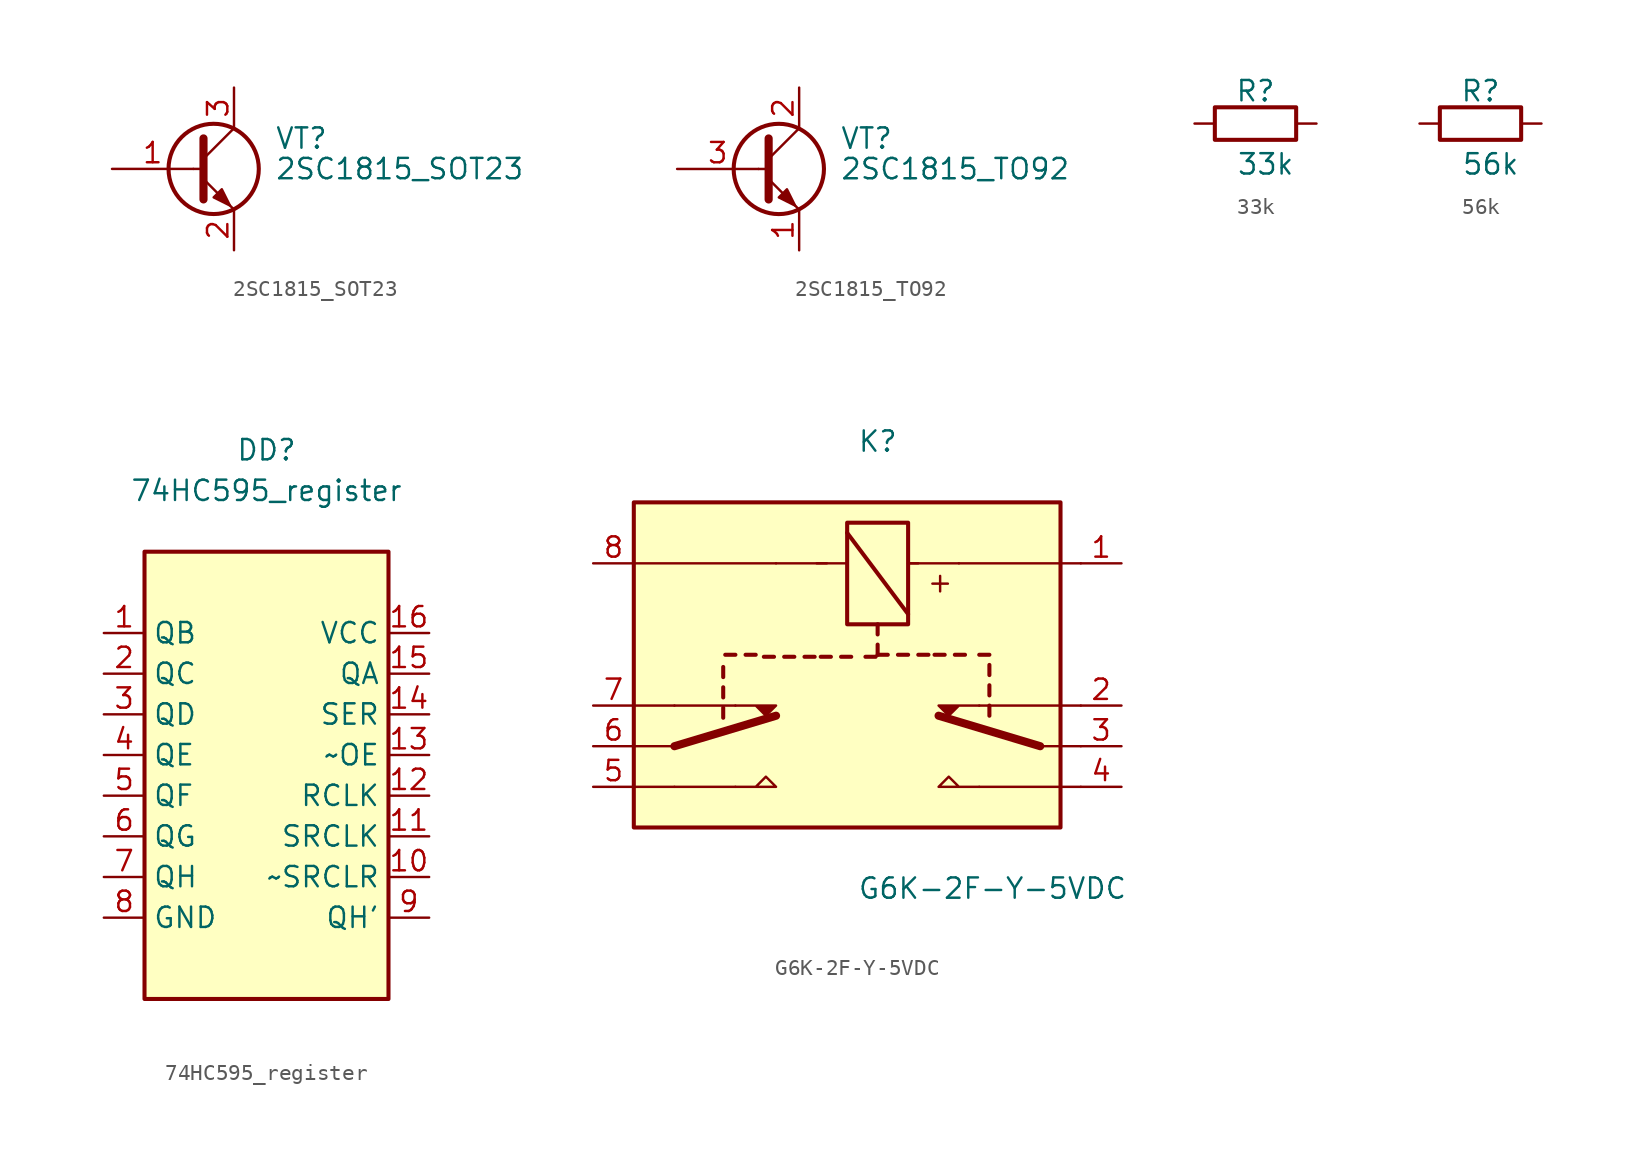
<source format=kicad_sym>
(kicad_symbol_lib
  (version 20210619)
  (generator kicad_symbol_editor)
  (symbol "my_Library:2SC1815_SOT23"
    (pin_names
      (offset 0) hide)
    (property "Reference" "VT"
      (at 5.08 1.905 0)
      (effects (font (size 1.27 1.27)) (justify left)))
    (property "Value" "2SC1815_SOT23"
      (at 5.08 0 0)
      (effects (font (size 1.27 1.27)) (justify left)))
    (symbol "2SC1815_SOT23_0_1"
      (circle (center 1.27 0) (radius 2.819) (stroke (width 0.254)) (fill (type none)))
      (polyline (pts (xy 0 0) (xy 0.508 0)) (stroke (width 0)) (fill (type none)))
      (polyline (pts (xy 0.635 0.635) (xy 2.54 2.54)) (stroke (width 0)) (fill (type none)))
      (polyline (pts (xy 0.635 -0.635) (xy 2.54 -2.54) (xy 2.54 -2.54)) (stroke (width 0)) (fill (type none)))
      (polyline (pts (xy 0.635 1.905) (xy 0.635 -1.905) (xy 0.635 -1.905)) (stroke (width 0.508)) (fill (type none)))
      (polyline (pts (xy 1.27 -1.778) (xy 1.778 -1.27) (xy 2.286 -2.286) (xy 1.27 -1.778) (xy 1.27 -1.778)) (stroke (width 0)) (fill (type outline))))
    (symbol "2SC1815_SOT23_1_1"
      (pin input line (at -5.08 0 0) (length 5.08) (name "B" (effects (font (size 1.27 1.27)))) (number "1" (effects (font (size 1.27 1.27)))))
      (pin passive line (at 2.54 -5.08 90) (length 2.54) (name "E" (effects (font (size 1.27 1.27)))) (number "2" (effects (font (size 1.27 1.27)))))
      (pin passive line (at 2.54 5.08 270) (length 2.54) (name "C" (effects (font (size 1.27 1.27)))) (number "3" (effects (font (size 1.27 1.27)))))))
  (symbol "my_Library:2SC1815_TO92"
    (pin_names
      (offset 0) hide)
    (property "Reference" "VT"
      (at 5.08 1.905 0)
      (effects (font (size 1.27 1.27)) (justify left)))
    (property "Value" "2SC1815_TO92"
      (at 5.08 0 0)
      (effects (font (size 1.27 1.27)) (justify left)))
    (symbol "2SC1815_TO92_0_1"
      (circle (center 1.27 0) (radius 2.819) (stroke (width 0.254)) (fill (type none)))
      (polyline (pts (xy 0 0) (xy 0.508 0)) (stroke (width 0)) (fill (type none)))
      (polyline (pts (xy 0.635 0.635) (xy 2.54 2.54)) (stroke (width 0)) (fill (type none)))
      (polyline (pts (xy 0.635 -0.635) (xy 2.54 -2.54) (xy 2.54 -2.54)) (stroke (width 0)) (fill (type none)))
      (polyline (pts (xy 0.635 1.905) (xy 0.635 -1.905) (xy 0.635 -1.905)) (stroke (width 0.508)) (fill (type none)))
      (polyline (pts (xy 1.27 -1.778) (xy 1.778 -1.27) (xy 2.286 -2.286) (xy 1.27 -1.778) (xy 1.27 -1.778)) (stroke (width 0)) (fill (type outline))))
    (symbol "2SC1815_TO92_1_1"
      (pin passive line (at 2.54 -5.08 90) (length 2.54) (name "E" (effects (font (size 1.27 1.27)))) (number "1" (effects (font (size 1.27 1.27)))))
      (pin passive line (at 2.54 5.08 270) (length 2.54) (name "C" (effects (font (size 1.27 1.27)))) (number "2" (effects (font (size 1.27 1.27)))))
      (pin input line (at -5.08 0 0) (length 5.08) (name "B" (effects (font (size 1.27 1.27)))) (number "3" (effects (font (size 1.27 1.27)))))))
  (symbol "my_Library:33k"
    (pin_numbers hide)
    (pin_names
      (offset 0))
    (property "Reference" "R"
      (at 3.81 2.032 0)
      (effects (font (size 1.27 1.27))))
    (property "Value" "33k"
      (at 4.445 -2.54 0)
      (effects (font (size 1.27 1.27))))
    (symbol "33k_0_1"
      (rectangle (start 6.35 -1.016) (end 1.27 1.016) (stroke (width 0.254)) (fill (type none))))
    (symbol "33k_1_1"
      (pin passive line (at 0 0 0) (length 1.27) (name "~" (effects (font (size 1.27 1.27)))) (number "1" (effects (font (size 1.27 1.27)))))
      (pin passive line (at 7.62 0 180) (length 1.27) (name "~" (effects (font (size 1.27 1.27)))) (number "2" (effects (font (size 1.27 1.27)))))))
  (symbol "my_Library:56k"
    (pin_numbers hide)
    (pin_names
      (offset 0))
    (property "Reference" "R"
      (at 3.81 2.032 0)
      (effects (font (size 1.27 1.27))))
    (property "Value" "56k"
      (at 4.445 -2.54 0)
      (effects (font (size 1.27 1.27))))
    (symbol "56k_0_1"
      (rectangle (start 6.35 -1.016) (end 1.27 1.016) (stroke (width 0.254)) (fill (type none))))
    (symbol "56k_1_1"
      (pin passive line (at 0 0 0) (length 1.27) (name "~" (effects (font (size 1.27 1.27)))) (number "1" (effects (font (size 1.27 1.27)))))
      (pin passive line (at 7.62 0 180) (length 1.27) (name "~" (effects (font (size 1.27 1.27)))) (number "2" (effects (font (size 1.27 1.27)))))))
  (symbol "my_Library:74HC595_register"
    (property "Reference" "DD"
      (at 0 19.05 0)
      (effects (font (size 1.27 1.27))))
    (property "Value" "74HC595_register"
      (at 0 16.51 0)
      (effects (font (size 1.27 1.27))))
    (symbol "74HC595_register_1_0"
      (pin tri_state line (at -10.16 7.62 0) (length 2.54) (name "QB" (effects (font (size 1.27 1.27)))) (number "1" (effects (font (size 1.27 1.27)))))
      (pin input line (at 10.16 -7.62 180) (length 2.54) (name "~SRCLR" (effects (font (size 1.27 1.27)))) (number "10" (effects (font (size 1.27 1.27)))))
      (pin input line (at 10.16 -5.08 180) (length 2.54) (name "SRCLK" (effects (font (size 1.27 1.27)))) (number "11" (effects (font (size 1.27 1.27)))))
      (pin input line (at 10.16 -2.54 180) (length 2.54) (name "RCLK" (effects (font (size 1.27 1.27)))) (number "12" (effects (font (size 1.27 1.27)))))
      (pin input line (at 10.16 0 180) (length 2.54) (name "~OE" (effects (font (size 1.27 1.27)))) (number "13" (effects (font (size 1.27 1.27)))))
      (pin input line (at 10.16 2.54 180) (length 2.54) (name "SER" (effects (font (size 1.27 1.27)))) (number "14" (effects (font (size 1.27 1.27)))))
      (pin tri_state line (at 10.16 5.08 180) (length 2.54) (name "QA" (effects (font (size 1.27 1.27)))) (number "15" (effects (font (size 1.27 1.27)))))
      (pin power_in line (at 10.16 7.62 180) (length 2.54) (name "VCC" (effects (font (size 1.27 1.27)))) (number "16" (effects (font (size 1.27 1.27)))))
      (pin tri_state line (at -10.16 5.08 0) (length 2.54) (name "QC" (effects (font (size 1.27 1.27)))) (number "2" (effects (font (size 1.27 1.27)))))
      (pin tri_state line (at -10.16 2.54 0) (length 2.54) (name "QD" (effects (font (size 1.27 1.27)))) (number "3" (effects (font (size 1.27 1.27)))))
      (pin tri_state line (at -10.16 0 0) (length 2.54) (name "QE" (effects (font (size 1.27 1.27)))) (number "4" (effects (font (size 1.27 1.27)))))
      (pin tri_state line (at -10.16 -2.54 0) (length 2.54) (name "QF" (effects (font (size 1.27 1.27)))) (number "5" (effects (font (size 1.27 1.27)))))
      (pin tri_state line (at -10.16 -5.08 0) (length 2.54) (name "QG" (effects (font (size 1.27 1.27)))) (number "6" (effects (font (size 1.27 1.27)))))
      (pin tri_state line (at -10.16 -7.62 0) (length 2.54) (name "QH" (effects (font (size 1.27 1.27)))) (number "7" (effects (font (size 1.27 1.27)))))
      (pin power_in line (at -10.16 -10.16 0) (length 2.54) (name "GND" (effects (font (size 1.27 1.27)))) (number "8" (effects (font (size 1.27 1.27)))))
      (pin output line (at 10.16 -10.16 180) (length 2.54) (name "QH'" (effects (font (size 1.27 1.27)))) (number "9" (effects (font (size 1.27 1.27))))))
    (symbol "74HC595_register_1_1"
      (rectangle (start 7.62 12.7) (end -7.62 -15.24) (stroke (width 0.254)) (fill (type background)))))
  (symbol "my_Library:G6K-2F-Y-5VDC"
    (property "Reference" "K"
      (at 16.51 7.62 0)
      (effects (font (size 1.27 1.27)) (justify left)))
    (property "Value" "G6K-2F-Y-5VDC"
      (at 16.51 -20.32 0)
      (effects (font (size 1.27 1.27)) (justify left)))
    (symbol "G6K-2F-Y-5VDC_0_0"
      (text "+" (at 21.59 -1.27 900) (effects (font (size 1.27 1.27)))))
    (symbol "G6K-2F-Y-5VDC_0_1"
      (rectangle (start 19.685 2.54) (end 15.875 -3.81) (stroke (width 0.254)) (fill (type none)))
      (rectangle (start 2.54 3.81) (end 29.21 -16.51) (stroke (width 0.254)) (fill (type background)))
      (polyline (pts (xy 2.54 -13.97) (xy 5.08 -13.97)) (stroke (width 0.152)) (fill (type none)))
      (polyline (pts (xy 2.54 -8.89) (xy 5.08 -8.89)) (stroke (width 0.152)) (fill (type none)))
      (polyline (pts (xy 5.08 -13.97) (xy 8.89 -13.97)) (stroke (width 0.152)) (fill (type none)))
      (polyline (pts (xy 5.08 -11.43) (xy 2.54 -11.43)) (stroke (width 0.152)) (fill (type none)))
      (polyline (pts (xy 5.08 -11.43) (xy 11.43 -9.525)) (stroke (width 0.508)) (fill (type none)))
      (polyline (pts (xy 5.08 -8.89) (xy 8.89 -8.89)) (stroke (width 0.152)) (fill (type none)))
      (polyline (pts (xy 8.128 -9.017) (xy 8.128 -9.652)) (stroke (width 0.254)) (fill (type none)))
      (polyline (pts (xy 8.128 -7.747) (xy 8.128 -8.382)) (stroke (width 0.254)) (fill (type none)))
      (polyline (pts (xy 8.128 -6.477) (xy 8.128 -7.112)) (stroke (width 0.254)) (fill (type none)))
      (polyline (pts (xy 8.89 -5.715) (xy 8.255 -5.715)) (stroke (width 0.254)) (fill (type none)))
      (polyline (pts (xy 10.16 -5.715) (xy 9.525 -5.715)) (stroke (width 0.254)) (fill (type none)))
      (polyline (pts (xy 11.303 -5.842) (xy 10.668 -5.842)) (stroke (width 0.254)) (fill (type none)))
      (polyline (pts (xy 11.43 0) (xy 2.54 0)) (stroke (width 0.152)) (fill (type none)))
      (polyline (pts (xy 11.43 0) (xy 14.605 0)) (stroke (width 0)) (fill (type none)))
      (polyline (pts (xy 12.573 -5.842) (xy 11.938 -5.842)) (stroke (width 0.254)) (fill (type none)))
      (polyline (pts (xy 13.843 -5.842) (xy 13.208 -5.842)) (stroke (width 0.254)) (fill (type none)))
      (polyline (pts (xy 14.859 -5.842) (xy 14.224 -5.842)) (stroke (width 0.254)) (fill (type none)))
      (polyline (pts (xy 15.875 0) (xy 13.97 0)) (stroke (width 0.152)) (fill (type none)))
      (polyline (pts (xy 15.875 1.905) (xy 19.685 -3.175)) (stroke (width 0.254)) (fill (type none)))
      (polyline (pts (xy 16.129 -5.842) (xy 15.494 -5.842)) (stroke (width 0.254)) (fill (type none)))
      (polyline (pts (xy 17.653 -5.842) (xy 17.018 -5.842)) (stroke (width 0.254)) (fill (type none)))
      (polyline (pts (xy 17.78 -5.08) (xy 17.78 -5.715)) (stroke (width 0.254)) (fill (type none)))
      (polyline (pts (xy 17.78 -3.81) (xy 17.78 -4.445)) (stroke (width 0.254)) (fill (type none)))
      (polyline (pts (xy 18.415 -5.715) (xy 17.78 -5.715)) (stroke (width 0.254)) (fill (type none)))
      (polyline (pts (xy 19.685 -5.715) (xy 19.05 -5.715)) (stroke (width 0.254)) (fill (type none)))
      (polyline (pts (xy 19.685 0) (xy 20.32 0)) (stroke (width 0.152)) (fill (type none)))
      (polyline (pts (xy 20.955 -5.715) (xy 20.32 -5.715)) (stroke (width 0.254)) (fill (type none)))
      (polyline (pts (xy 21.971 -5.715) (xy 21.336 -5.715)) (stroke (width 0.254)) (fill (type none)))
      (polyline (pts (xy 22.86 0) (xy 19.685 0)) (stroke (width 0)) (fill (type none)))
      (polyline (pts (xy 23.241 -5.715) (xy 22.606 -5.715)) (stroke (width 0.254)) (fill (type none)))
      (polyline (pts (xy 24.13 -13.97) (xy 30.48 -13.97)) (stroke (width 0.152)) (fill (type none)))
      (polyline (pts (xy 24.13 -8.89) (xy 30.48 -8.89)) (stroke (width 0.152)) (fill (type none)))
      (polyline (pts (xy 24.765 -8.89) (xy 24.765 -9.525)) (stroke (width 0.254)) (fill (type none)))
      (polyline (pts (xy 24.765 -7.62) (xy 24.765 -8.255)) (stroke (width 0.254)) (fill (type none)))
      (polyline (pts (xy 24.765 -6.35) (xy 24.765 -6.985)) (stroke (width 0.254)) (fill (type none)))
      (polyline (pts (xy 24.765 -5.715) (xy 24.13 -5.715)) (stroke (width 0.254)) (fill (type none)))
      (polyline (pts (xy 27.94 -11.43) (xy 21.59 -9.525)) (stroke (width 0.508)) (fill (type none)))
      (polyline (pts (xy 27.94 -11.43) (xy 30.48 -11.43)) (stroke (width 0)) (fill (type none)))
      (polyline (pts (xy 22.86 0) (xy 30.48 0) (xy 29.21 0)) (stroke (width 0.152)) (fill (type none)))
      (polyline (pts (xy 8.89 -13.97) (xy 11.43 -13.97) (xy 10.795 -13.335) (xy 10.16 -13.97)) (stroke (width 0)) (fill (type none)))
      (polyline (pts (xy 24.13 -13.97) (xy 21.59 -13.97) (xy 22.225 -13.335) (xy 22.86 -13.97)) (stroke (width 0)) (fill (type none)))
      (polyline (pts (xy 8.89 -8.89) (xy 11.43 -8.89) (xy 10.795 -9.525) (xy 10.16 -8.89)) (stroke (width 0)) (fill (type outline)))
      (polyline (pts (xy 24.13 -8.89) (xy 21.59 -8.89) (xy 22.225 -9.525) (xy 22.86 -8.89)) (stroke (width 0)) (fill (type outline))))
    (symbol "G6K-2F-Y-5VDC_1_1"
      (pin passive line (at 33.02 0 180) (length 2.54) (name "~" (effects (font (size 1.27 1.27)))) (number "1" (effects (font (size 1.27 1.27)))))
      (pin passive line (at 33.02 -8.89 180) (length 2.54) (name "~" (effects (font (size 1.27 1.27)))) (number "2" (effects (font (size 1.27 1.27)))))
      (pin passive line (at 33.02 -11.43 180) (length 2.54) (name "~" (effects (font (size 1.27 1.27)))) (number "3" (effects (font (size 1.27 1.27)))))
      (pin passive line (at 33.02 -13.97 180) (length 2.54) (name "~" (effects (font (size 1.27 1.27)))) (number "4" (effects (font (size 1.27 1.27)))))
      (pin passive line (at 0 -13.97 0) (length 2.54) (name "~" (effects (font (size 1.27 1.27)))) (number "5" (effects (font (size 1.27 1.27)))))
      (pin passive line (at 0 -11.43 0) (length 2.54) (name "~" (effects (font (size 1.27 1.27)))) (number "6" (effects (font (size 1.27 1.27)))))
      (pin passive line (at 0 -8.89 0) (length 2.54) (name "~" (effects (font (size 1.27 1.27)))) (number "7" (effects (font (size 1.27 1.27)))))
      (pin passive line (at 0 0 0) (length 2.54) (name "~" (effects (font (size 1.27 1.27)))) (number "8" (effects (font (size 1.27 1.27))))))))
</source>
